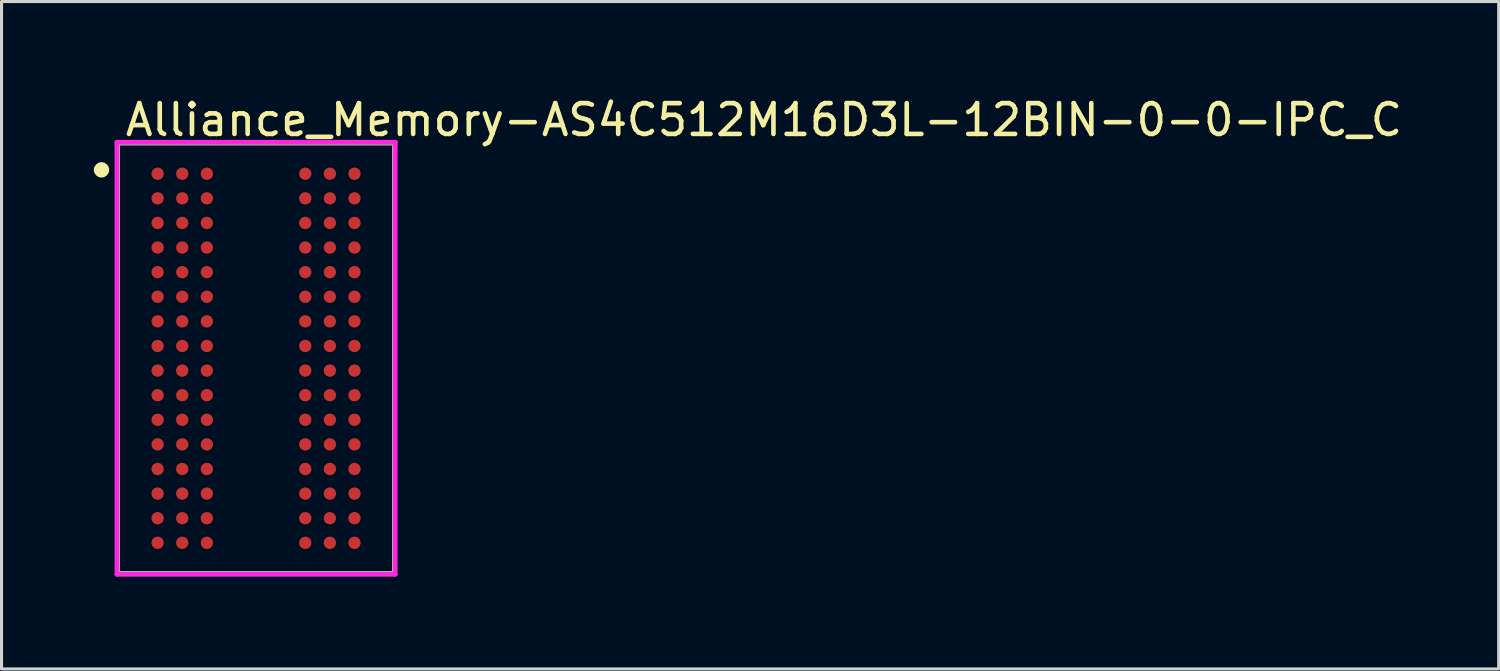
<source format=kicad_pcb>
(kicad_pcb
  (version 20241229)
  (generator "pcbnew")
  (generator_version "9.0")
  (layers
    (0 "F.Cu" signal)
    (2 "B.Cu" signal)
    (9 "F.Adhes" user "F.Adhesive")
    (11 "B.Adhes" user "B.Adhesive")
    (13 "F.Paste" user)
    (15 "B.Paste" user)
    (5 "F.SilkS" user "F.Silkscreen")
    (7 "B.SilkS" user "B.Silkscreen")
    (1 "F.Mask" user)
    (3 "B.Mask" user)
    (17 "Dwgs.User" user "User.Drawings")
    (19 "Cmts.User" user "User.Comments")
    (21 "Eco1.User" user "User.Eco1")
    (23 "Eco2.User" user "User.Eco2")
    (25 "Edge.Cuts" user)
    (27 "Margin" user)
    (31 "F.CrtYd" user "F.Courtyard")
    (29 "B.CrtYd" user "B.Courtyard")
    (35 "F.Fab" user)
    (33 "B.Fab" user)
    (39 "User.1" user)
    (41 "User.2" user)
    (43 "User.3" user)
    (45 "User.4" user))
  (footprint "Alliance_Memory-AS4C512M16D3L-12BIN-0-0-IPC_C"
    (layer "F.Cu")
    (at 5.275 8.598)
    (property "Reference" "Alliance_Memory-AS4C512M16D3L-12BIN-0-0-IPC_C" (at -4.325 -7.75 0) (layer "F.SilkS") (effects (font (size 1 1) (thickness 0.15)) (justify left)))
    (attr through_hole)
    (fp_line (start -4.5 -7) (end 4.5 -7) (stroke (width 0.15) (type solid)) (layer "F.SilkS"))
    (fp_line (start -4.5 7) (end -4.5 -7) (stroke (width 0.15) (type solid)) (layer "F.SilkS"))
    (fp_line (start 4.5 -7) (end 4.5 7) (stroke (width 0.15) (type solid)) (layer "F.SilkS"))
    (fp_line (start 4.5 7) (end -4.5 7) (stroke (width 0.15) (type solid)) (layer "F.SilkS"))
    (fp_circle (center -5.025 -6.125) (end -4.9 -6.125) (stroke (width 0.25) (type solid)) (fill no) (layer "F.SilkS"))
    (fp_line (start -4.525 -7.025) (end -4.525 7.025) (stroke (width 0.15) (type solid)) (layer "F.CrtYd"))
    (fp_line (start -4.525 7.025) (end 4.525 7.025) (stroke (width 0.15) (type solid)) (layer "F.CrtYd"))
    (fp_line (start 4.525 -7.025) (end -4.525 -7.025) (stroke (width 0.15) (type solid)) (layer "F.CrtYd"))
    (fp_line (start 4.525 -7.025) (end 4.525 -7.025) (stroke (width 0.15) (type solid)) (layer "F.CrtYd"))
    (fp_line (start 4.525 7.025) (end 4.525 -7.025) (stroke (width 0.15) (type solid)) (layer "F.CrtYd"))
    (fp_line (start -4.5 -7) (end 4.5 -7) (stroke (width 0.15) (type solid)) (layer "F.Fab"))
    (fp_line (start -4.5 7) (end -4.5 -7) (stroke (width 0.15) (type solid)) (layer "F.Fab"))
    (fp_line (start 4.5 -7) (end 4.5 7) (stroke (width 0.15) (type solid)) (layer "F.Fab"))
    (fp_line (start 4.5 7) (end -4.5 7) (stroke (width 0.15) (type solid)) (layer "F.Fab"))
    (pad "A1" smd circle (at -3.2 -6) (size 0.4 0.4) (layers "F.Cu" "F.Mask" "F.Paste"))
    (pad "A2" smd circle (at -2.4 -6) (size 0.4 0.4) (layers "F.Cu" "F.Mask" "F.Paste"))
    (pad "A3" smd circle (at -1.6 -6) (size 0.4 0.4) (layers "F.Cu" "F.Mask" "F.Paste"))
    (pad "A7" smd circle (at 1.6 -6) (size 0.4 0.4) (layers "F.Cu" "F.Mask" "F.Paste"))
    (pad "A8" smd circle (at 2.4 -6) (size 0.4 0.4) (layers "F.Cu" "F.Mask" "F.Paste"))
    (pad "A9" smd circle (at 3.2 -6) (size 0.4 0.4) (layers "F.Cu" "F.Mask" "F.Paste"))
    (pad "B1" smd circle (at -3.2 -5.2) (size 0.4 0.4) (layers "F.Cu" "F.Mask" "F.Paste"))
    (pad "B2" smd circle (at -2.4 -5.2) (size 0.4 0.4) (layers "F.Cu" "F.Mask" "F.Paste"))
    (pad "B3" smd circle (at -1.6 -5.2) (size 0.4 0.4) (layers "F.Cu" "F.Mask" "F.Paste"))
    (pad "B7" smd circle (at 1.6 -5.2) (size 0.4 0.4) (layers "F.Cu" "F.Mask" "F.Paste"))
    (pad "B8" smd circle (at 2.4 -5.2) (size 0.4 0.4) (layers "F.Cu" "F.Mask" "F.Paste"))
    (pad "B9" smd circle (at 3.2 -5.2) (size 0.4 0.4) (layers "F.Cu" "F.Mask" "F.Paste"))
    (pad "C1" smd circle (at -3.2 -4.4) (size 0.4 0.4) (layers "F.Cu" "F.Mask" "F.Paste"))
    (pad "C2" smd circle (at -2.4 -4.4) (size 0.4 0.4) (layers "F.Cu" "F.Mask" "F.Paste"))
    (pad "C3" smd circle (at -1.6 -4.4) (size 0.4 0.4) (layers "F.Cu" "F.Mask" "F.Paste"))
    (pad "C7" smd circle (at 1.6 -4.4) (size 0.4 0.4) (layers "F.Cu" "F.Mask" "F.Paste"))
    (pad "C8" smd circle (at 2.4 -4.4) (size 0.4 0.4) (layers "F.Cu" "F.Mask" "F.Paste"))
    (pad "C9" smd circle (at 3.2 -4.4) (size 0.4 0.4) (layers "F.Cu" "F.Mask" "F.Paste"))
    (pad "D1" smd circle (at -3.2 -3.6) (size 0.4 0.4) (layers "F.Cu" "F.Mask" "F.Paste"))
    (pad "D2" smd circle (at -2.4 -3.6) (size 0.4 0.4) (layers "F.Cu" "F.Mask" "F.Paste"))
    (pad "D3" smd circle (at -1.6 -3.6) (size 0.4 0.4) (layers "F.Cu" "F.Mask" "F.Paste"))
    (pad "D7" smd circle (at 1.6 -3.6) (size 0.4 0.4) (layers "F.Cu" "F.Mask" "F.Paste"))
    (pad "D8" smd circle (at 2.4 -3.6) (size 0.4 0.4) (layers "F.Cu" "F.Mask" "F.Paste"))
    (pad "D9" smd circle (at 3.2 -3.6) (size 0.4 0.4) (layers "F.Cu" "F.Mask" "F.Paste"))
    (pad "E1" smd circle (at -3.2 -2.8) (size 0.4 0.4) (layers "F.Cu" "F.Mask" "F.Paste"))
    (pad "E2" smd circle (at -2.4 -2.8) (size 0.4 0.4) (layers "F.Cu" "F.Mask" "F.Paste"))
    (pad "E3" smd circle (at -1.6 -2.8) (size 0.4 0.4) (layers "F.Cu" "F.Mask" "F.Paste"))
    (pad "E7" smd circle (at 1.6 -2.8) (size 0.4 0.4) (layers "F.Cu" "F.Mask" "F.Paste"))
    (pad "E8" smd circle (at 2.4 -2.8) (size 0.4 0.4) (layers "F.Cu" "F.Mask" "F.Paste"))
    (pad "E9" smd circle (at 3.2 -2.8) (size 0.4 0.4) (layers "F.Cu" "F.Mask" "F.Paste"))
    (pad "F1" smd circle (at -3.2 -2) (size 0.4 0.4) (layers "F.Cu" "F.Mask" "F.Paste"))
    (pad "F2" smd circle (at -2.4 -2) (size 0.4 0.4) (layers "F.Cu" "F.Mask" "F.Paste"))
    (pad "F3" smd circle (at -1.6 -2) (size 0.4 0.4) (layers "F.Cu" "F.Mask" "F.Paste"))
    (pad "F7" smd circle (at 1.6 -2) (size 0.4 0.4) (layers "F.Cu" "F.Mask" "F.Paste"))
    (pad "F8" smd circle (at 2.4 -2) (size 0.4 0.4) (layers "F.Cu" "F.Mask" "F.Paste"))
    (pad "F9" smd circle (at 3.2 -2) (size 0.4 0.4) (layers "F.Cu" "F.Mask" "F.Paste"))
    (pad "G1" smd circle (at -3.2 -1.2) (size 0.4 0.4) (layers "F.Cu" "F.Mask" "F.Paste"))
    (pad "G2" smd circle (at -2.4 -1.2) (size 0.4 0.4) (layers "F.Cu" "F.Mask" "F.Paste"))
    (pad "G3" smd circle (at -1.6 -1.2) (size 0.4 0.4) (layers "F.Cu" "F.Mask" "F.Paste"))
    (pad "G7" smd circle (at 1.6 -1.2) (size 0.4 0.4) (layers "F.Cu" "F.Mask" "F.Paste"))
    (pad "G8" smd circle (at 2.4 -1.2) (size 0.4 0.4) (layers "F.Cu" "F.Mask" "F.Paste"))
    (pad "G9" smd circle (at 3.2 -1.2) (size 0.4 0.4) (layers "F.Cu" "F.Mask" "F.Paste"))
    (pad "H1" smd circle (at -3.2 -0.4) (size 0.4 0.4) (layers "F.Cu" "F.Mask" "F.Paste"))
    (pad "H2" smd circle (at -2.4 -0.4) (size 0.4 0.4) (layers "F.Cu" "F.Mask" "F.Paste"))
    (pad "H3" smd circle (at -1.6 -0.4) (size 0.4 0.4) (layers "F.Cu" "F.Mask" "F.Paste"))
    (pad "H7" smd circle (at 1.6 -0.4) (size 0.4 0.4) (layers "F.Cu" "F.Mask" "F.Paste"))
    (pad "H8" smd circle (at 2.4 -0.4) (size 0.4 0.4) (layers "F.Cu" "F.Mask" "F.Paste"))
    (pad "H9" smd circle (at 3.2 -0.4) (size 0.4 0.4) (layers "F.Cu" "F.Mask" "F.Paste"))
    (pad "J1" smd circle (at -3.2 0.4) (size 0.4 0.4) (layers "F.Cu" "F.Mask" "F.Paste"))
    (pad "J2" smd circle (at -2.4 0.4) (size 0.4 0.4) (layers "F.Cu" "F.Mask" "F.Paste"))
    (pad "J3" smd circle (at -1.6 0.4) (size 0.4 0.4) (layers "F.Cu" "F.Mask" "F.Paste"))
    (pad "J7" smd circle (at 1.6 0.4) (size 0.4 0.4) (layers "F.Cu" "F.Mask" "F.Paste"))
    (pad "J8" smd circle (at 2.4 0.4) (size 0.4 0.4) (layers "F.Cu" "F.Mask" "F.Paste"))
    (pad "J9" smd circle (at 3.2 0.4) (size 0.4 0.4) (layers "F.Cu" "F.Mask" "F.Paste"))
    (pad "K1" smd circle (at -3.2 1.2) (size 0.4 0.4) (layers "F.Cu" "F.Mask" "F.Paste"))
    (pad "K2" smd circle (at -2.4 1.2) (size 0.4 0.4) (layers "F.Cu" "F.Mask" "F.Paste"))
    (pad "K3" smd circle (at -1.6 1.2) (size 0.4 0.4) (layers "F.Cu" "F.Mask" "F.Paste"))
    (pad "K7" smd circle (at 1.6 1.2) (size 0.4 0.4) (layers "F.Cu" "F.Mask" "F.Paste"))
    (pad "K8" smd circle (at 2.4 1.2) (size 0.4 0.4) (layers "F.Cu" "F.Mask" "F.Paste"))
    (pad "K9" smd circle (at 3.2 1.2) (size 0.4 0.4) (layers "F.Cu" "F.Mask" "F.Paste"))
    (pad "L1" smd circle (at -3.2 2) (size 0.4 0.4) (layers "F.Cu" "F.Mask" "F.Paste"))
    (pad "L2" smd circle (at -2.4 2) (size 0.4 0.4) (layers "F.Cu" "F.Mask" "F.Paste"))
    (pad "L3" smd circle (at -1.6 2) (size 0.4 0.4) (layers "F.Cu" "F.Mask" "F.Paste"))
    (pad "L7" smd circle (at 1.6 2) (size 0.4 0.4) (layers "F.Cu" "F.Mask" "F.Paste"))
    (pad "L8" smd circle (at 2.4 2) (size 0.4 0.4) (layers "F.Cu" "F.Mask" "F.Paste"))
    (pad "L9" smd circle (at 3.2 2) (size 0.4 0.4) (layers "F.Cu" "F.Mask" "F.Paste"))
    (pad "M1" smd circle (at -3.2 2.8) (size 0.4 0.4) (layers "F.Cu" "F.Mask" "F.Paste"))
    (pad "M2" smd circle (at -2.4 2.8) (size 0.4 0.4) (layers "F.Cu" "F.Mask" "F.Paste"))
    (pad "M3" smd circle (at -1.6 2.8) (size 0.4 0.4) (layers "F.Cu" "F.Mask" "F.Paste"))
    (pad "M7" smd circle (at 1.6 2.8) (size 0.4 0.4) (layers "F.Cu" "F.Mask" "F.Paste"))
    (pad "M8" smd circle (at 2.4 2.8) (size 0.4 0.4) (layers "F.Cu" "F.Mask" "F.Paste"))
    (pad "M9" smd circle (at 3.2 2.8) (size 0.4 0.4) (layers "F.Cu" "F.Mask" "F.Paste"))
    (pad "N1" smd circle (at -3.2 3.6) (size 0.4 0.4) (layers "F.Cu" "F.Mask" "F.Paste"))
    (pad "N2" smd circle (at -2.4 3.6) (size 0.4 0.4) (layers "F.Cu" "F.Mask" "F.Paste"))
    (pad "N3" smd circle (at -1.6 3.6) (size 0.4 0.4) (layers "F.Cu" "F.Mask" "F.Paste"))
    (pad "N7" smd circle (at 1.6 3.6) (size 0.4 0.4) (layers "F.Cu" "F.Mask" "F.Paste"))
    (pad "N8" smd circle (at 2.4 3.6) (size 0.4 0.4) (layers "F.Cu" "F.Mask" "F.Paste"))
    (pad "N9" smd circle (at 3.2 3.6) (size 0.4 0.4) (layers "F.Cu" "F.Mask" "F.Paste"))
    (pad "P1" smd circle (at -3.2 4.4) (size 0.4 0.4) (layers "F.Cu" "F.Mask" "F.Paste"))
    (pad "P2" smd circle (at -2.4 4.4) (size 0.4 0.4) (layers "F.Cu" "F.Mask" "F.Paste"))
    (pad "P3" smd circle (at -1.6 4.4) (size 0.4 0.4) (layers "F.Cu" "F.Mask" "F.Paste"))
    (pad "P7" smd circle (at 1.6 4.4) (size 0.4 0.4) (layers "F.Cu" "F.Mask" "F.Paste"))
    (pad "P8" smd circle (at 2.4 4.4) (size 0.4 0.4) (layers "F.Cu" "F.Mask" "F.Paste"))
    (pad "P9" smd circle (at 3.2 4.4) (size 0.4 0.4) (layers "F.Cu" "F.Mask" "F.Paste"))
    (pad "R1" smd circle (at -3.2 5.2) (size 0.4 0.4) (layers "F.Cu" "F.Mask" "F.Paste"))
    (pad "R2" smd circle (at -2.4 5.2) (size 0.4 0.4) (layers "F.Cu" "F.Mask" "F.Paste"))
    (pad "R3" smd circle (at -1.6 5.2) (size 0.4 0.4) (layers "F.Cu" "F.Mask" "F.Paste"))
    (pad "R7" smd circle (at 1.6 5.2) (size 0.4 0.4) (layers "F.Cu" "F.Mask" "F.Paste"))
    (pad "R8" smd circle (at 2.4 5.2) (size 0.4 0.4) (layers "F.Cu" "F.Mask" "F.Paste"))
    (pad "R9" smd circle (at 3.2 5.2) (size 0.4 0.4) (layers "F.Cu" "F.Mask" "F.Paste"))
    (pad "T1" smd circle (at -3.2 6) (size 0.4 0.4) (layers "F.Cu" "F.Mask" "F.Paste"))
    (pad "T2" smd circle (at -2.4 6) (size 0.4 0.4) (layers "F.Cu" "F.Mask" "F.Paste"))
    (pad "T3" smd circle (at -1.6 6) (size 0.4 0.4) (layers "F.Cu" "F.Mask" "F.Paste"))
    (pad "T7" smd circle (at 1.6 6) (size 0.4 0.4) (layers "F.Cu" "F.Mask" "F.Paste"))
    (pad "T8" smd circle (at 2.4 6) (size 0.4 0.4) (layers "F.Cu" "F.Mask" "F.Paste"))
    (pad "T9" smd circle (at 3.2 6) (size 0.4 0.4) (layers "F.Cu" "F.Mask" "F.Paste")))
  (gr_rect
    (start -3 -3)
    (end 45.676 18.698)
    (stroke (width 0.1) (type default))
    (fill no)
    (layer "Edge.Cuts")))
</source>
